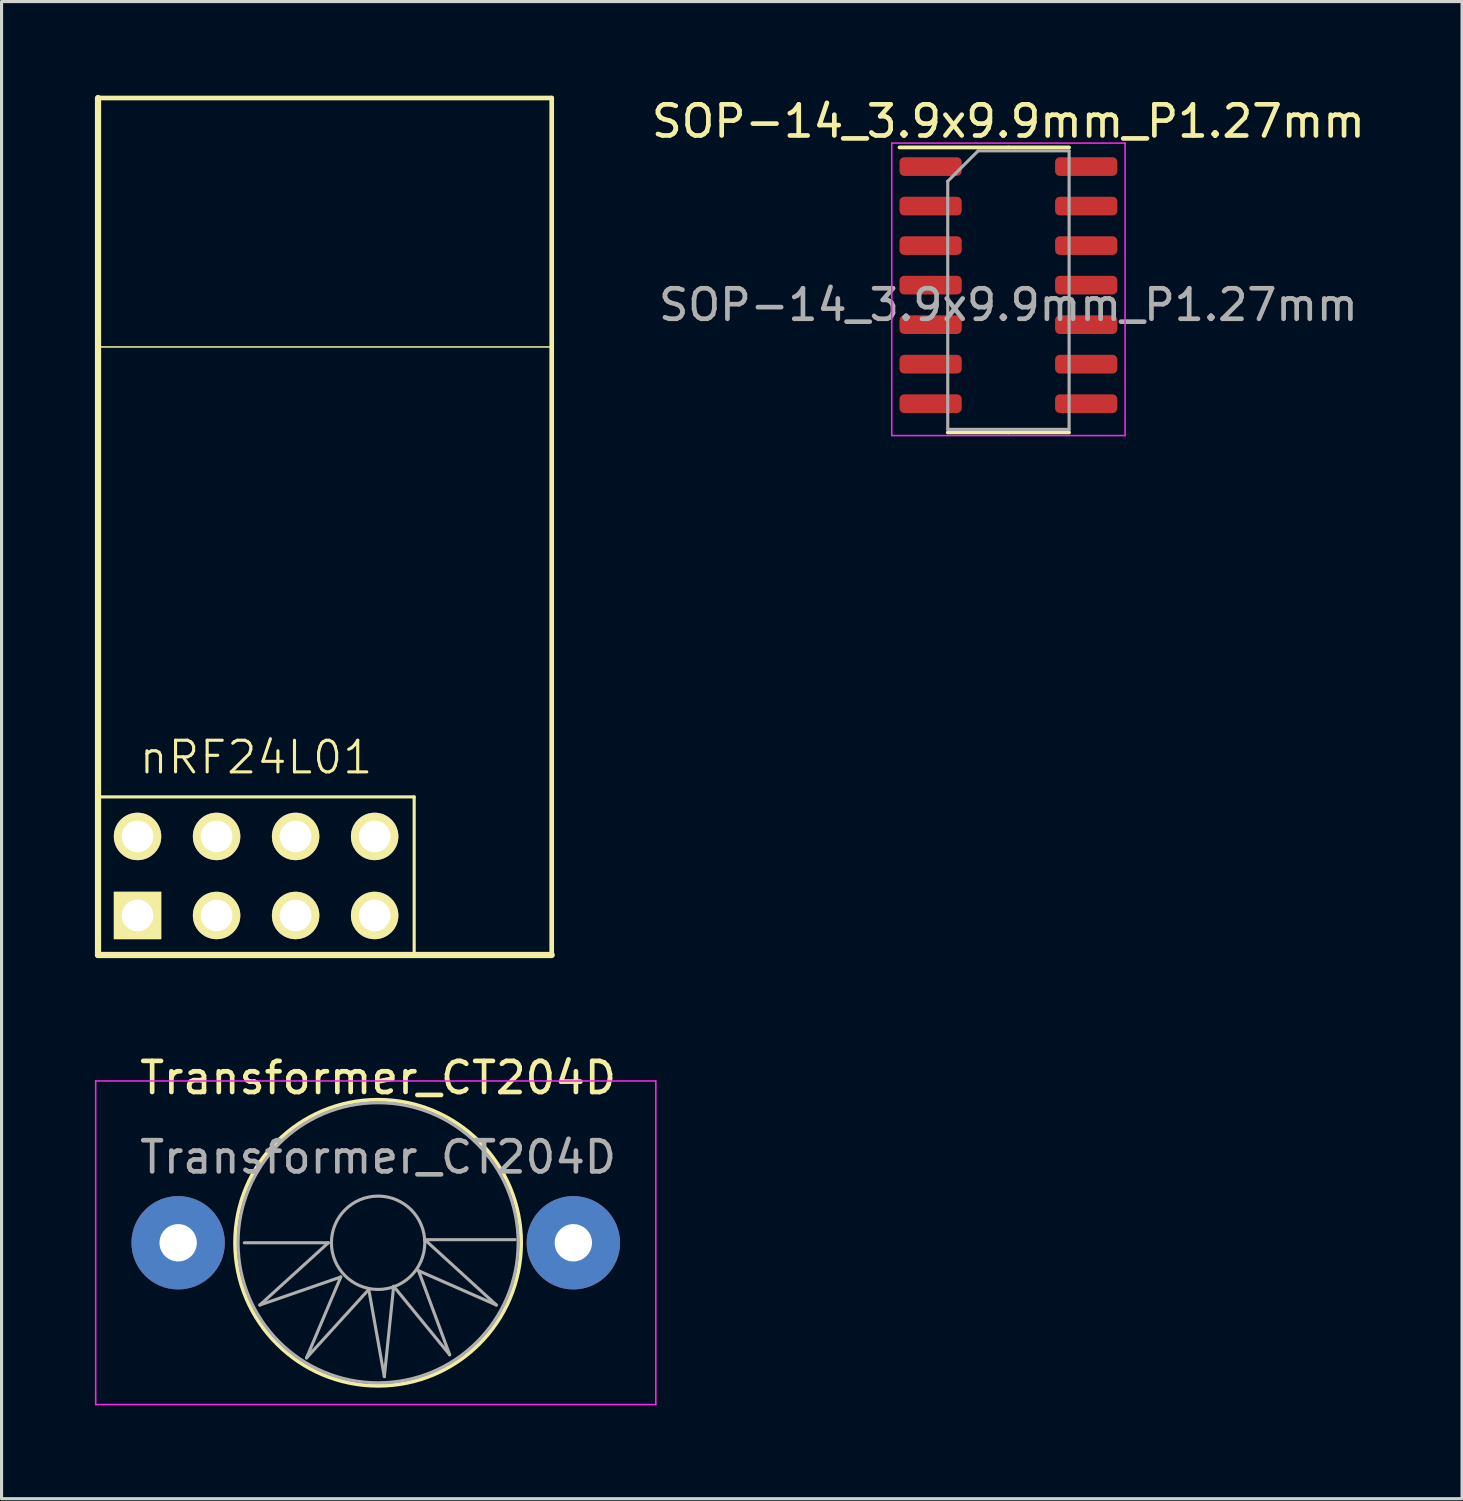
<source format=kicad_pcb>
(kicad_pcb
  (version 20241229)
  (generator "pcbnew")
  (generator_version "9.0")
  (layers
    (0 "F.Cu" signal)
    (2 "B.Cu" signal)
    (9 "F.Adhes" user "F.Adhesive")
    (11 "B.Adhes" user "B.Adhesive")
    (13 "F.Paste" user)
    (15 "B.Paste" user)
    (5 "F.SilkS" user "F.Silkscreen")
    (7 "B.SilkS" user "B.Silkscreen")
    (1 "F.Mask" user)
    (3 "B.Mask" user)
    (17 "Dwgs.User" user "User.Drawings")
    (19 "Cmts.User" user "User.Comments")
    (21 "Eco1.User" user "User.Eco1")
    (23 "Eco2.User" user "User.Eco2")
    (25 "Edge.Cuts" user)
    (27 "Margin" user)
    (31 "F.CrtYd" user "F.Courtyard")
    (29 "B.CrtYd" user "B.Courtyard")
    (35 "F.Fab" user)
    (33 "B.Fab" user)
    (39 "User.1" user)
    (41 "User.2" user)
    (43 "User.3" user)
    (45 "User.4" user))
  (footprint "nRF24L01"
    (layer "F.Cu")
    (at 5.18 25.1)
    (property "Reference" "nRF24L01" (at 0 -3.81 0) (layer "F.SilkS") (effects (font (size 1.016 1.016) (thickness 0.1))))
    (attr through_hole)
    (fp_line (start -5.08 -2.54) (end 5.08 -2.54) (stroke (width 0.1) (type solid)) (layer "F.SilkS"))
    (fp_line (start -5.08 2.54) (end -5.08 -25) (stroke (width 0.2) (type solid)) (layer "F.SilkS"))
    (fp_line (start -5.04 -25) (end 9.5 -25) (stroke (width 0.15) (type solid)) (layer "F.SilkS"))
    (fp_line (start -5.04 -17) (end 9.5 -17) (stroke (width 0.05) (type solid)) (layer "F.SilkS"))
    (fp_line (start 5.08 -2.54) (end 5.08 2.54) (stroke (width 0.1) (type solid)) (layer "F.SilkS"))
    (fp_line (start 9.5 2.54) (end -5.08 2.54) (stroke (width 0.2) (type solid)) (layer "F.SilkS"))
    (fp_line (start 9.5 2.54) (end 9.5 -25) (stroke (width 0.15) (type solid)) (layer "F.SilkS"))
    (pad "1" thru_hole rect (at -3.81 1.27) (size 1.524 1.524) (drill 1.016) (layers "*.Cu" "*.Mask" "F.SilkS"))
    (pad "2" thru_hole circle (at -3.81 -1.27) (size 1.524 1.524) (drill 1.016) (layers "*.Cu" "*.Mask" "F.SilkS"))
    (pad "3" thru_hole circle (at -1.27 1.27) (size 1.524 1.524) (drill 1.016) (layers "*.Cu" "*.Mask" "F.SilkS"))
    (pad "4" thru_hole circle (at -1.27 -1.27) (size 1.524 1.524) (drill 1.016) (layers "*.Cu" "*.Mask" "F.SilkS"))
    (pad "5" thru_hole circle (at 1.27 1.27) (size 1.524 1.524) (drill 1.016) (layers "*.Cu" "*.Mask" "F.SilkS"))
    (pad "6" thru_hole circle (at 1.27 -1.27) (size 1.524 1.524) (drill 1.016) (layers "*.Cu" "*.Mask" "F.SilkS"))
    (pad "7" thru_hole circle (at 3.81 1.27) (size 1.524 1.524) (drill 1.016) (layers "*.Cu" "*.Mask" "F.SilkS"))
    (pad "8" thru_hole circle (at 3.81 -1.27) (size 1.524 1.524) (drill 1.016) (layers "*.Cu" "*.Mask" "F.SilkS")))
  (footprint "SOP-14_3.9x9.9mm_P1.27mm"
    (layer "F.Cu")
    (at 29.357 6.748)
    (property "Reference" "SOP-14_3.9x9.9mm_P1.27mm" (at 0 -5.9 0) (layer "F.SilkS") (effects (font (size 1 1) (thickness 0.15))))
    (attr smd)
    (fp_line (start 0 -5.06) (end -3.5 -5.06) (stroke (width 0.12) (type solid)) (layer "F.SilkS"))
    (fp_line (start 0 -5.06) (end 1.95 -5.06) (stroke (width 0.12) (type solid)) (layer "F.SilkS"))
    (fp_line (start 0 4.1) (end -1.95 4.1) (stroke (width 0.12) (type solid)) (layer "F.SilkS"))
    (fp_line (start 0 4.1) (end 1.95 4.1) (stroke (width 0.12) (type solid)) (layer "F.SilkS"))
    (fp_line (start -3.75 -5.2) (end -3.75 4.2) (stroke (width 0.05) (type solid)) (layer "F.CrtYd"))
    (fp_line (start -3.75 4.2) (end 3.75 4.2) (stroke (width 0.05) (type solid)) (layer "F.CrtYd"))
    (fp_line (start 3.75 -5.2) (end -3.75 -5.2) (stroke (width 0.05) (type solid)) (layer "F.CrtYd"))
    (fp_line (start 3.75 4.2) (end 3.75 -5.2) (stroke (width 0.05) (type solid)) (layer "F.CrtYd"))
    (fp_line (start -1.95 -3.975) (end -0.975 -4.95) (stroke (width 0.1) (type solid)) (layer "F.Fab"))
    (fp_line (start -1.95 4) (end -1.95 -3.975) (stroke (width 0.1) (type solid)) (layer "F.Fab"))
    (fp_line (start -0.975 -4.95) (end 1.95 -4.95) (stroke (width 0.1) (type solid)) (layer "F.Fab"))
    (fp_line (start 1.95 -4.95) (end 1.95 4) (stroke (width 0.1) (type solid)) (layer "F.Fab"))
    (fp_line (start 1.95 4) (end -1.95 4) (stroke (width 0.1) (type solid)) (layer "F.Fab"))
    (fp_text user "${REFERENCE}" (at 0 0 0) (layer "F.Fab") (effects (font (size 0.98 0.98) (thickness 0.15))))
    (pad "1" smd roundrect (at -2.5 -4.445) (size 2 0.6) (layers "F.Cu" "F.Mask" "F.Paste") (roundrect_rratio 0.25))
    (pad "2" smd roundrect (at -2.5 -3.175) (size 2 0.6) (layers "F.Cu" "F.Mask" "F.Paste") (roundrect_rratio 0.25))
    (pad "3" smd roundrect (at -2.5 -1.905) (size 2 0.6) (layers "F.Cu" "F.Mask" "F.Paste") (roundrect_rratio 0.25))
    (pad "4" smd roundrect (at -2.5 -0.635) (size 2 0.6) (layers "F.Cu" "F.Mask" "F.Paste") (roundrect_rratio 0.25))
    (pad "5" smd roundrect (at -2.5 0.635) (size 2 0.6) (layers "F.Cu" "F.Mask" "F.Paste") (roundrect_rratio 0.25))
    (pad "6" smd roundrect (at -2.5 1.905) (size 2 0.6) (layers "F.Cu" "F.Mask" "F.Paste") (roundrect_rratio 0.25))
    (pad "7" smd roundrect (at -2.5 3.175) (size 2 0.6) (layers "F.Cu" "F.Mask" "F.Paste") (roundrect_rratio 0.25))
    (pad "8" smd roundrect (at 2.5 3.175) (size 2 0.6) (layers "F.Cu" "F.Mask" "F.Paste") (roundrect_rratio 0.25))
    (pad "9" smd roundrect (at 2.5 1.905) (size 2 0.6) (layers "F.Cu" "F.Mask" "F.Paste") (roundrect_rratio 0.25))
    (pad "10" smd roundrect (at 2.5 0.635) (size 2 0.6) (layers "F.Cu" "F.Mask" "F.Paste") (roundrect_rratio 0.25))
    (pad "11" smd roundrect (at 2.5 -0.635) (size 2 0.6) (layers "F.Cu" "F.Mask" "F.Paste") (roundrect_rratio 0.25))
    (pad "12" smd roundrect (at 2.5 -1.905) (size 2 0.6) (layers "F.Cu" "F.Mask" "F.Paste") (roundrect_rratio 0.25))
    (pad "13" smd roundrect (at 2.5 -3.175) (size 2 0.6) (layers "F.Cu" "F.Mask" "F.Paste") (roundrect_rratio 0.25))
    (pad "14" smd roundrect (at 2.5 -4.445) (size 2 0.6) (layers "F.Cu" "F.Mask" "F.Paste") (roundrect_rratio 0.25)))
  (footprint "Transformer_CT204D"
    (layer "F.Cu")
    (at 9.025 36.888)
    (property "Reference" "Transformer_CT204D" (at 0.076 -5.3 0) (layer "F.SilkS") (effects (font (size 1 1) (thickness 0.15))))
    (attr through_hole)
    (fp_circle (center 0.076 0) (end 3.376 3.2) (stroke (width 0.12) (type solid)) (fill no) (layer "F.SilkS"))
    (fp_line (start -9 -5.2) (end -9 5.2) (stroke (width 0.05) (type solid)) (layer "F.CrtYd"))
    (fp_line (start -9 -5.2) (end 9 -5.2) (stroke (width 0.05) (type solid)) (layer "F.CrtYd"))
    (fp_line (start 9 5.2) (end -9 5.2) (stroke (width 0.05) (type solid)) (layer "F.CrtYd"))
    (fp_line (start 9 5.2) (end 9 -5.2) (stroke (width 0.05) (type solid)) (layer "F.CrtYd"))
    (fp_line (start -4.224 0) (end -1.524 0) (stroke (width 0.1) (type solid)) (layer "F.Fab"))
    (fp_line (start -3.724 2) (end -1.124 1.1) (stroke (width 0.1) (type solid)) (layer "F.Fab"))
    (fp_line (start -2.224 3.7) (end -0.224 1.5) (stroke (width 0.1) (type solid)) (layer "F.Fab"))
    (fp_line (start -1.524 0) (end -3.724 2) (stroke (width 0.1) (type solid)) (layer "F.Fab"))
    (fp_line (start -1.124 1.1) (end -2.224 3.7) (stroke (width 0.1) (type solid)) (layer "F.Fab"))
    (fp_line (start -0.224 1.5) (end 0.276 4.3) (stroke (width 0.1) (type solid)) (layer "F.Fab"))
    (fp_line (start 0.276 4.3) (end 0.576 1.4) (stroke (width 0.1) (type solid)) (layer "F.Fab"))
    (fp_line (start 0.576 1.4) (end 2.376 3.6) (stroke (width 0.1) (type solid)) (layer "F.Fab"))
    (fp_line (start 1.376 0.9) (end 3.876 2) (stroke (width 0.1) (type solid)) (layer "F.Fab"))
    (fp_line (start 1.576 -0.1) (end 4.476 -0.1) (stroke (width 0.1) (type solid)) (layer "F.Fab"))
    (fp_line (start 2.376 3.6) (end 1.376 0.9) (stroke (width 0.1) (type solid)) (layer "F.Fab"))
    (fp_line (start 3.876 2) (end 1.576 -0.1) (stroke (width 0.1) (type solid)) (layer "F.Fab"))
    (fp_circle (center 0.076 0) (end 1.576 0) (stroke (width 0.1) (type solid)) (fill no) (layer "F.Fab"))
    (fp_circle (center 0.076 0) (end 4.576 0) (stroke (width 0.1) (type solid)) (fill no) (layer "F.Fab"))
    (fp_text user "${REFERENCE}" (at 0.076 -2.75 0) (layer "F.Fab") (effects (font (size 1 1) (thickness 0.15))))
    (pad "3" thru_hole circle (at -6.35 0) (size 3 3) (drill 1.2) (layers "*.Cu" "*.Mask"))
    (pad "4" thru_hole circle (at 6.35 0) (size 3 3) (drill 1.2) (layers "*.Cu" "*.Mask")))
  (gr_rect
    (start -3 -3)
    (end 43.935 45.113)
    (stroke (width 0.1) (type default))
    (fill no)
    (layer "Edge.Cuts")))
</source>
